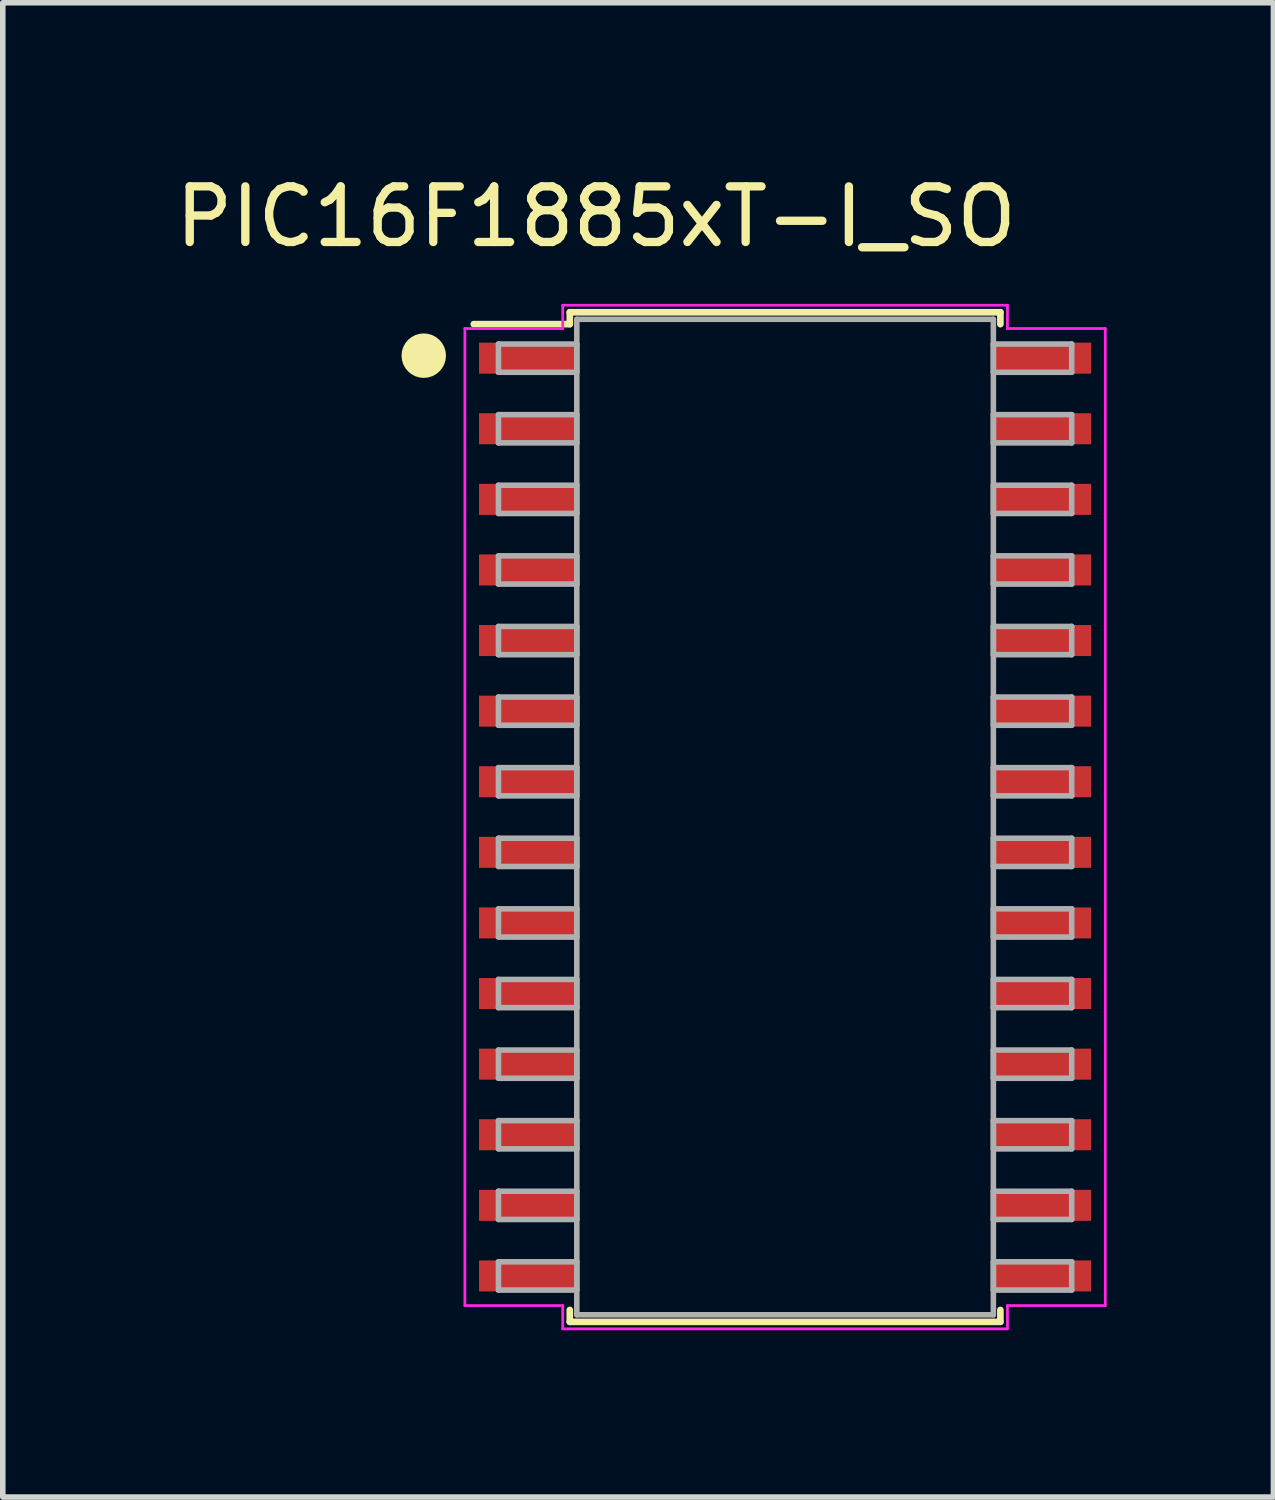
<source format=kicad_pcb>
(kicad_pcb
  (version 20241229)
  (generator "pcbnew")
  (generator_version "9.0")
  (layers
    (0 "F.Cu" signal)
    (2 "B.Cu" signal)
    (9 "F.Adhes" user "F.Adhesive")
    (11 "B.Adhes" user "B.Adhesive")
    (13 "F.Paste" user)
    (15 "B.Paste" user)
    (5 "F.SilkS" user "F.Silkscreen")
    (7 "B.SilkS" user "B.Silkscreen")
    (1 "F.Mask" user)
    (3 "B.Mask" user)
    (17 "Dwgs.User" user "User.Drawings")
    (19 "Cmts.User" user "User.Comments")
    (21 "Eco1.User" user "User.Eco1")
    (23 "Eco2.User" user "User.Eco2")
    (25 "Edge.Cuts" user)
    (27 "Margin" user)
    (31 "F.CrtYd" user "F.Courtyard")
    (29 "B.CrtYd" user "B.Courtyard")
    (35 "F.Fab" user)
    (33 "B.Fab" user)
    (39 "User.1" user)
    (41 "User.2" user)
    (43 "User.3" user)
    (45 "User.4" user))
  (footprint "PIC16F1885xT-I_SO"
    (layer "F.Cu")
    (at 11.073 11.648)
    (property "Reference" "PIC16F1885xT-I_SO" (at -3.4 -10.8 0) (layer "F.SilkS") (effects (font (size 1 1) (thickness 0.15))))
    (attr smd)
    (fp_line (start -3.873 -9.081) (end -3.873 -8.867) (stroke (width 0.12) (type solid)) (layer "F.SilkS"))
    (fp_line (start -3.873 -8.867) (end -5.6 -8.867) (stroke (width 0.12) (type solid)) (layer "F.SilkS"))
    (fp_line (start -3.873 8.867) (end -3.873 9.081) (stroke (width 0.12) (type solid)) (layer "F.SilkS"))
    (fp_line (start -3.873 9.081) (end 3.873 9.081) (stroke (width 0.12) (type solid)) (layer "F.SilkS"))
    (fp_line (start 3.873 -9.081) (end -3.873 -9.081) (stroke (width 0.12) (type solid)) (layer "F.SilkS"))
    (fp_line (start 3.873 -8.867) (end 3.873 -9.081) (stroke (width 0.12) (type solid)) (layer "F.SilkS"))
    (fp_line (start 3.873 9.081) (end 3.873 8.867) (stroke (width 0.12) (type solid)) (layer "F.SilkS"))
    (fp_circle (center -6.5 -8.3) (end -6.3 -8.3) (stroke (width 0.4) (type solid)) (fill no) (layer "F.SilkS"))
    (fp_line (start -5.76 -8.788) (end -4 -8.788) (stroke (width 0.05) (type solid)) (layer "F.CrtYd"))
    (fp_line (start -5.76 8.788) (end -5.76 -8.788) (stroke (width 0.05) (type solid)) (layer "F.CrtYd"))
    (fp_line (start -4 -9.207) (end 4 -9.207) (stroke (width 0.05) (type solid)) (layer "F.CrtYd"))
    (fp_line (start -4 -8.788) (end -4 -9.207) (stroke (width 0.05) (type solid)) (layer "F.CrtYd"))
    (fp_line (start -4 8.788) (end -5.76 8.788) (stroke (width 0.05) (type solid)) (layer "F.CrtYd"))
    (fp_line (start -4 9.207) (end -4 8.788) (stroke (width 0.05) (type solid)) (layer "F.CrtYd"))
    (fp_line (start 4 -9.207) (end 4 -8.788) (stroke (width 0.05) (type solid)) (layer "F.CrtYd"))
    (fp_line (start 4 -8.788) (end 5.76 -8.788) (stroke (width 0.05) (type solid)) (layer "F.CrtYd"))
    (fp_line (start 4 8.788) (end 4 9.207) (stroke (width 0.05) (type solid)) (layer "F.CrtYd"))
    (fp_line (start 4 9.207) (end -4 9.207) (stroke (width 0.05) (type solid)) (layer "F.CrtYd"))
    (fp_line (start 5.76 -8.788) (end 5.76 8.788) (stroke (width 0.05) (type solid)) (layer "F.CrtYd"))
    (fp_line (start 5.76 8.788) (end 4 8.788) (stroke (width 0.05) (type solid)) (layer "F.CrtYd"))
    (fp_line (start -5.156 -8.509) (end -5.156 -8.001) (stroke (width 0.1) (type solid)) (layer "F.Fab"))
    (fp_line (start -5.156 -8.001) (end -3.747 -8.001) (stroke (width 0.1) (type solid)) (layer "F.Fab"))
    (fp_line (start -5.156 -7.239) (end -5.156 -6.731) (stroke (width 0.1) (type solid)) (layer "F.Fab"))
    (fp_line (start -5.156 -6.731) (end -3.747 -6.731) (stroke (width 0.1) (type solid)) (layer "F.Fab"))
    (fp_line (start -5.156 -5.969) (end -5.156 -5.461) (stroke (width 0.1) (type solid)) (layer "F.Fab"))
    (fp_line (start -5.156 -5.461) (end -3.747 -5.461) (stroke (width 0.1) (type solid)) (layer "F.Fab"))
    (fp_line (start -5.156 -4.699) (end -5.156 -4.191) (stroke (width 0.1) (type solid)) (layer "F.Fab"))
    (fp_line (start -5.156 -4.191) (end -3.747 -4.191) (stroke (width 0.1) (type solid)) (layer "F.Fab"))
    (fp_line (start -5.156 -3.429) (end -5.156 -2.921) (stroke (width 0.1) (type solid)) (layer "F.Fab"))
    (fp_line (start -5.156 -2.921) (end -3.747 -2.921) (stroke (width 0.1) (type solid)) (layer "F.Fab"))
    (fp_line (start -5.156 -2.159) (end -5.156 -1.651) (stroke (width 0.1) (type solid)) (layer "F.Fab"))
    (fp_line (start -5.156 -1.651) (end -3.747 -1.651) (stroke (width 0.1) (type solid)) (layer "F.Fab"))
    (fp_line (start -5.156 -0.889) (end -5.156 -0.381) (stroke (width 0.1) (type solid)) (layer "F.Fab"))
    (fp_line (start -5.156 -0.381) (end -3.747 -0.381) (stroke (width 0.1) (type solid)) (layer "F.Fab"))
    (fp_line (start -5.156 0.381) (end -5.156 0.889) (stroke (width 0.1) (type solid)) (layer "F.Fab"))
    (fp_line (start -5.156 0.889) (end -3.747 0.889) (stroke (width 0.1) (type solid)) (layer "F.Fab"))
    (fp_line (start -5.156 1.651) (end -5.156 2.159) (stroke (width 0.1) (type solid)) (layer "F.Fab"))
    (fp_line (start -5.156 2.159) (end -3.747 2.159) (stroke (width 0.1) (type solid)) (layer "F.Fab"))
    (fp_line (start -5.156 2.921) (end -5.156 3.429) (stroke (width 0.1) (type solid)) (layer "F.Fab"))
    (fp_line (start -5.156 3.429) (end -3.747 3.429) (stroke (width 0.1) (type solid)) (layer "F.Fab"))
    (fp_line (start -5.156 4.191) (end -5.156 4.699) (stroke (width 0.1) (type solid)) (layer "F.Fab"))
    (fp_line (start -5.156 4.699) (end -3.747 4.699) (stroke (width 0.1) (type solid)) (layer "F.Fab"))
    (fp_line (start -5.156 5.461) (end -5.156 5.969) (stroke (width 0.1) (type solid)) (layer "F.Fab"))
    (fp_line (start -5.156 5.969) (end -3.747 5.969) (stroke (width 0.1) (type solid)) (layer "F.Fab"))
    (fp_line (start -5.156 6.731) (end -5.156 7.239) (stroke (width 0.1) (type solid)) (layer "F.Fab"))
    (fp_line (start -5.156 7.239) (end -3.747 7.239) (stroke (width 0.1) (type solid)) (layer "F.Fab"))
    (fp_line (start -5.156 8.001) (end -5.156 8.509) (stroke (width 0.1) (type solid)) (layer "F.Fab"))
    (fp_line (start -5.156 8.509) (end -3.747 8.509) (stroke (width 0.1) (type solid)) (layer "F.Fab"))
    (fp_line (start -3.747 -8.954) (end -3.747 8.954) (stroke (width 0.1) (type solid)) (layer "F.Fab"))
    (fp_line (start -3.747 -8.509) (end -5.156 -8.509) (stroke (width 0.1) (type solid)) (layer "F.Fab"))
    (fp_line (start -3.747 -8.001) (end -3.747 -8.509) (stroke (width 0.1) (type solid)) (layer "F.Fab"))
    (fp_line (start -3.747 -7.239) (end -5.156 -7.239) (stroke (width 0.1) (type solid)) (layer "F.Fab"))
    (fp_line (start -3.747 -6.731) (end -3.747 -7.239) (stroke (width 0.1) (type solid)) (layer "F.Fab"))
    (fp_line (start -3.747 -5.969) (end -5.156 -5.969) (stroke (width 0.1) (type solid)) (layer "F.Fab"))
    (fp_line (start -3.747 -5.461) (end -3.747 -5.969) (stroke (width 0.1) (type solid)) (layer "F.Fab"))
    (fp_line (start -3.747 -4.699) (end -5.156 -4.699) (stroke (width 0.1) (type solid)) (layer "F.Fab"))
    (fp_line (start -3.747 -4.191) (end -3.747 -4.699) (stroke (width 0.1) (type solid)) (layer "F.Fab"))
    (fp_line (start -3.747 -3.429) (end -5.156 -3.429) (stroke (width 0.1) (type solid)) (layer "F.Fab"))
    (fp_line (start -3.747 -2.921) (end -3.747 -3.429) (stroke (width 0.1) (type solid)) (layer "F.Fab"))
    (fp_line (start -3.747 -2.159) (end -5.156 -2.159) (stroke (width 0.1) (type solid)) (layer "F.Fab"))
    (fp_line (start -3.747 -1.651) (end -3.747 -2.159) (stroke (width 0.1) (type solid)) (layer "F.Fab"))
    (fp_line (start -3.747 -0.889) (end -5.156 -0.889) (stroke (width 0.1) (type solid)) (layer "F.Fab"))
    (fp_line (start -3.747 -0.381) (end -3.747 -0.889) (stroke (width 0.1) (type solid)) (layer "F.Fab"))
    (fp_line (start -3.747 0.381) (end -5.156 0.381) (stroke (width 0.1) (type solid)) (layer "F.Fab"))
    (fp_line (start -3.747 0.889) (end -3.747 0.381) (stroke (width 0.1) (type solid)) (layer "F.Fab"))
    (fp_line (start -3.747 1.651) (end -5.156 1.651) (stroke (width 0.1) (type solid)) (layer "F.Fab"))
    (fp_line (start -3.747 2.159) (end -3.747 1.651) (stroke (width 0.1) (type solid)) (layer "F.Fab"))
    (fp_line (start -3.747 2.921) (end -5.156 2.921) (stroke (width 0.1) (type solid)) (layer "F.Fab"))
    (fp_line (start -3.747 3.429) (end -3.747 2.921) (stroke (width 0.1) (type solid)) (layer "F.Fab"))
    (fp_line (start -3.747 4.191) (end -5.156 4.191) (stroke (width 0.1) (type solid)) (layer "F.Fab"))
    (fp_line (start -3.747 4.699) (end -3.747 4.191) (stroke (width 0.1) (type solid)) (layer "F.Fab"))
    (fp_line (start -3.747 5.461) (end -5.156 5.461) (stroke (width 0.1) (type solid)) (layer "F.Fab"))
    (fp_line (start -3.747 5.969) (end -3.747 5.461) (stroke (width 0.1) (type solid)) (layer "F.Fab"))
    (fp_line (start -3.747 6.731) (end -5.156 6.731) (stroke (width 0.1) (type solid)) (layer "F.Fab"))
    (fp_line (start -3.747 7.239) (end -3.747 6.731) (stroke (width 0.1) (type solid)) (layer "F.Fab"))
    (fp_line (start -3.747 8.001) (end -5.156 8.001) (stroke (width 0.1) (type solid)) (layer "F.Fab"))
    (fp_line (start -3.747 8.509) (end -3.747 8.001) (stroke (width 0.1) (type solid)) (layer "F.Fab"))
    (fp_line (start -3.747 8.954) (end 3.747 8.954) (stroke (width 0.1) (type solid)) (layer "F.Fab"))
    (fp_line (start 3.747 -8.954) (end -3.747 -8.954) (stroke (width 0.1) (type solid)) (layer "F.Fab"))
    (fp_line (start 3.747 -8.509) (end 3.747 -8.001) (stroke (width 0.1) (type solid)) (layer "F.Fab"))
    (fp_line (start 3.747 -8.001) (end 5.156 -8.001) (stroke (width 0.1) (type solid)) (layer "F.Fab"))
    (fp_line (start 3.747 -7.239) (end 3.747 -6.731) (stroke (width 0.1) (type solid)) (layer "F.Fab"))
    (fp_line (start 3.747 -6.731) (end 5.156 -6.731) (stroke (width 0.1) (type solid)) (layer "F.Fab"))
    (fp_line (start 3.747 -5.969) (end 3.747 -5.461) (stroke (width 0.1) (type solid)) (layer "F.Fab"))
    (fp_line (start 3.747 -5.461) (end 5.156 -5.461) (stroke (width 0.1) (type solid)) (layer "F.Fab"))
    (fp_line (start 3.747 -4.699) (end 3.747 -4.191) (stroke (width 0.1) (type solid)) (layer "F.Fab"))
    (fp_line (start 3.747 -4.191) (end 5.156 -4.191) (stroke (width 0.1) (type solid)) (layer "F.Fab"))
    (fp_line (start 3.747 -3.429) (end 3.747 -2.921) (stroke (width 0.1) (type solid)) (layer "F.Fab"))
    (fp_line (start 3.747 -2.921) (end 5.156 -2.921) (stroke (width 0.1) (type solid)) (layer "F.Fab"))
    (fp_line (start 3.747 -2.159) (end 3.747 -1.651) (stroke (width 0.1) (type solid)) (layer "F.Fab"))
    (fp_line (start 3.747 -1.651) (end 5.156 -1.651) (stroke (width 0.1) (type solid)) (layer "F.Fab"))
    (fp_line (start 3.747 -0.889) (end 3.747 -0.381) (stroke (width 0.1) (type solid)) (layer "F.Fab"))
    (fp_line (start 3.747 -0.381) (end 5.156 -0.381) (stroke (width 0.1) (type solid)) (layer "F.Fab"))
    (fp_line (start 3.747 0.381) (end 3.747 0.889) (stroke (width 0.1) (type solid)) (layer "F.Fab"))
    (fp_line (start 3.747 0.889) (end 5.156 0.889) (stroke (width 0.1) (type solid)) (layer "F.Fab"))
    (fp_line (start 3.747 1.651) (end 3.747 2.159) (stroke (width 0.1) (type solid)) (layer "F.Fab"))
    (fp_line (start 3.747 2.159) (end 5.156 2.159) (stroke (width 0.1) (type solid)) (layer "F.Fab"))
    (fp_line (start 3.747 2.921) (end 3.747 3.429) (stroke (width 0.1) (type solid)) (layer "F.Fab"))
    (fp_line (start 3.747 3.429) (end 5.156 3.429) (stroke (width 0.1) (type solid)) (layer "F.Fab"))
    (fp_line (start 3.747 4.191) (end 3.747 4.699) (stroke (width 0.1) (type solid)) (layer "F.Fab"))
    (fp_line (start 3.747 4.699) (end 5.156 4.699) (stroke (width 0.1) (type solid)) (layer "F.Fab"))
    (fp_line (start 3.747 5.461) (end 3.747 5.969) (stroke (width 0.1) (type solid)) (layer "F.Fab"))
    (fp_line (start 3.747 5.969) (end 5.156 5.969) (stroke (width 0.1) (type solid)) (layer "F.Fab"))
    (fp_line (start 3.747 6.731) (end 3.747 7.239) (stroke (width 0.1) (type solid)) (layer "F.Fab"))
    (fp_line (start 3.747 7.239) (end 5.156 7.239) (stroke (width 0.1) (type solid)) (layer "F.Fab"))
    (fp_line (start 3.747 8.001) (end 3.747 8.509) (stroke (width 0.1) (type solid)) (layer "F.Fab"))
    (fp_line (start 3.747 8.509) (end 5.156 8.509) (stroke (width 0.1) (type solid)) (layer "F.Fab"))
    (fp_line (start 3.747 8.954) (end 3.747 -8.954) (stroke (width 0.1) (type solid)) (layer "F.Fab"))
    (fp_line (start 5.156 -8.509) (end 3.747 -8.509) (stroke (width 0.1) (type solid)) (layer "F.Fab"))
    (fp_line (start 5.156 -8.001) (end 5.156 -8.509) (stroke (width 0.1) (type solid)) (layer "F.Fab"))
    (fp_line (start 5.156 -7.239) (end 3.747 -7.239) (stroke (width 0.1) (type solid)) (layer "F.Fab"))
    (fp_line (start 5.156 -6.731) (end 5.156 -7.239) (stroke (width 0.1) (type solid)) (layer "F.Fab"))
    (fp_line (start 5.156 -5.969) (end 3.747 -5.969) (stroke (width 0.1) (type solid)) (layer "F.Fab"))
    (fp_line (start 5.156 -5.461) (end 5.156 -5.969) (stroke (width 0.1) (type solid)) (layer "F.Fab"))
    (fp_line (start 5.156 -4.699) (end 3.747 -4.699) (stroke (width 0.1) (type solid)) (layer "F.Fab"))
    (fp_line (start 5.156 -4.191) (end 5.156 -4.699) (stroke (width 0.1) (type solid)) (layer "F.Fab"))
    (fp_line (start 5.156 -3.429) (end 3.747 -3.429) (stroke (width 0.1) (type solid)) (layer "F.Fab"))
    (fp_line (start 5.156 -2.921) (end 5.156 -3.429) (stroke (width 0.1) (type solid)) (layer "F.Fab"))
    (fp_line (start 5.156 -2.159) (end 3.747 -2.159) (stroke (width 0.1) (type solid)) (layer "F.Fab"))
    (fp_line (start 5.156 -1.651) (end 5.156 -2.159) (stroke (width 0.1) (type solid)) (layer "F.Fab"))
    (fp_line (start 5.156 -0.889) (end 3.747 -0.889) (stroke (width 0.1) (type solid)) (layer "F.Fab"))
    (fp_line (start 5.156 -0.381) (end 5.156 -0.889) (stroke (width 0.1) (type solid)) (layer "F.Fab"))
    (fp_line (start 5.156 0.381) (end 3.747 0.381) (stroke (width 0.1) (type solid)) (layer "F.Fab"))
    (fp_line (start 5.156 0.889) (end 5.156 0.381) (stroke (width 0.1) (type solid)) (layer "F.Fab"))
    (fp_line (start 5.156 1.651) (end 3.747 1.651) (stroke (width 0.1) (type solid)) (layer "F.Fab"))
    (fp_line (start 5.156 2.159) (end 5.156 1.651) (stroke (width 0.1) (type solid)) (layer "F.Fab"))
    (fp_line (start 5.156 2.921) (end 3.747 2.921) (stroke (width 0.1) (type solid)) (layer "F.Fab"))
    (fp_line (start 5.156 3.429) (end 5.156 2.921) (stroke (width 0.1) (type solid)) (layer "F.Fab"))
    (fp_line (start 5.156 4.191) (end 3.747 4.191) (stroke (width 0.1) (type solid)) (layer "F.Fab"))
    (fp_line (start 5.156 4.699) (end 5.156 4.191) (stroke (width 0.1) (type solid)) (layer "F.Fab"))
    (fp_line (start 5.156 5.461) (end 3.747 5.461) (stroke (width 0.1) (type solid)) (layer "F.Fab"))
    (fp_line (start 5.156 5.969) (end 5.156 5.461) (stroke (width 0.1) (type solid)) (layer "F.Fab"))
    (fp_line (start 5.156 6.731) (end 3.747 6.731) (stroke (width 0.1) (type solid)) (layer "F.Fab"))
    (fp_line (start 5.156 7.239) (end 5.156 6.731) (stroke (width 0.1) (type solid)) (layer "F.Fab"))
    (fp_line (start 5.156 8.001) (end 3.747 8.001) (stroke (width 0.1) (type solid)) (layer "F.Fab"))
    (fp_line (start 5.156 8.509) (end 5.156 8.001) (stroke (width 0.1) (type solid)) (layer "F.Fab"))
    (pad "1" smd rect (at -4.626 -8.255) (size 1.76 0.558) (layers "F.Cu" "F.Mask" "F.Paste"))
    (pad "2" smd rect (at -4.626 -6.985) (size 1.76 0.558) (layers "F.Cu" "F.Mask" "F.Paste"))
    (pad "3" smd rect (at -4.626 -5.715) (size 1.76 0.558) (layers "F.Cu" "F.Mask" "F.Paste"))
    (pad "4" smd rect (at -4.626 -4.445) (size 1.76 0.558) (layers "F.Cu" "F.Mask" "F.Paste"))
    (pad "5" smd rect (at -4.626 -3.175) (size 1.76 0.558) (layers "F.Cu" "F.Mask" "F.Paste"))
    (pad "6" smd rect (at -4.626 -1.905) (size 1.76 0.558) (layers "F.Cu" "F.Mask" "F.Paste"))
    (pad "7" smd rect (at -4.626 -0.635) (size 1.76 0.558) (layers "F.Cu" "F.Mask" "F.Paste"))
    (pad "8" smd rect (at -4.626 0.635) (size 1.76 0.558) (layers "F.Cu" "F.Mask" "F.Paste"))
    (pad "9" smd rect (at -4.626 1.905) (size 1.76 0.558) (layers "F.Cu" "F.Mask" "F.Paste"))
    (pad "10" smd rect (at -4.626 3.175) (size 1.76 0.558) (layers "F.Cu" "F.Mask" "F.Paste"))
    (pad "11" smd rect (at -4.626 4.445) (size 1.76 0.558) (layers "F.Cu" "F.Mask" "F.Paste"))
    (pad "12" smd rect (at -4.626 5.715) (size 1.76 0.558) (layers "F.Cu" "F.Mask" "F.Paste"))
    (pad "13" smd rect (at -4.626 6.985) (size 1.76 0.558) (layers "F.Cu" "F.Mask" "F.Paste"))
    (pad "14" smd rect (at -4.626 8.255) (size 1.76 0.558) (layers "F.Cu" "F.Mask" "F.Paste"))
    (pad "15" smd rect (at 4.626 8.255) (size 1.76 0.558) (layers "F.Cu" "F.Mask" "F.Paste"))
    (pad "16" smd rect (at 4.626 6.985) (size 1.76 0.558) (layers "F.Cu" "F.Mask" "F.Paste"))
    (pad "17" smd rect (at 4.626 5.715) (size 1.76 0.558) (layers "F.Cu" "F.Mask" "F.Paste"))
    (pad "18" smd rect (at 4.626 4.445) (size 1.76 0.558) (layers "F.Cu" "F.Mask" "F.Paste"))
    (pad "19" smd rect (at 4.626 3.175) (size 1.76 0.558) (layers "F.Cu" "F.Mask" "F.Paste"))
    (pad "20" smd rect (at 4.626 1.905) (size 1.76 0.558) (layers "F.Cu" "F.Mask" "F.Paste"))
    (pad "21" smd rect (at 4.626 0.635) (size 1.76 0.558) (layers "F.Cu" "F.Mask" "F.Paste"))
    (pad "22" smd rect (at 4.626 -0.635) (size 1.76 0.558) (layers "F.Cu" "F.Mask" "F.Paste"))
    (pad "23" smd rect (at 4.626 -1.905) (size 1.76 0.558) (layers "F.Cu" "F.Mask" "F.Paste"))
    (pad "24" smd rect (at 4.626 -3.175) (size 1.76 0.558) (layers "F.Cu" "F.Mask" "F.Paste"))
    (pad "25" smd rect (at 4.626 -4.445) (size 1.76 0.558) (layers "F.Cu" "F.Mask" "F.Paste"))
    (pad "26" smd rect (at 4.626 -5.715) (size 1.76 0.558) (layers "F.Cu" "F.Mask" "F.Paste"))
    (pad "27" smd rect (at 4.626 -6.985) (size 1.76 0.558) (layers "F.Cu" "F.Mask" "F.Paste"))
    (pad "28" smd rect (at 4.626 -8.255) (size 1.76 0.558) (layers "F.Cu" "F.Mask" "F.Paste")))
  (gr_rect
    (start -3 -3)
    (end 19.858 23.881)
    (stroke (width 0.1) (type default))
    (fill no)
    (layer "Edge.Cuts")))
</source>
